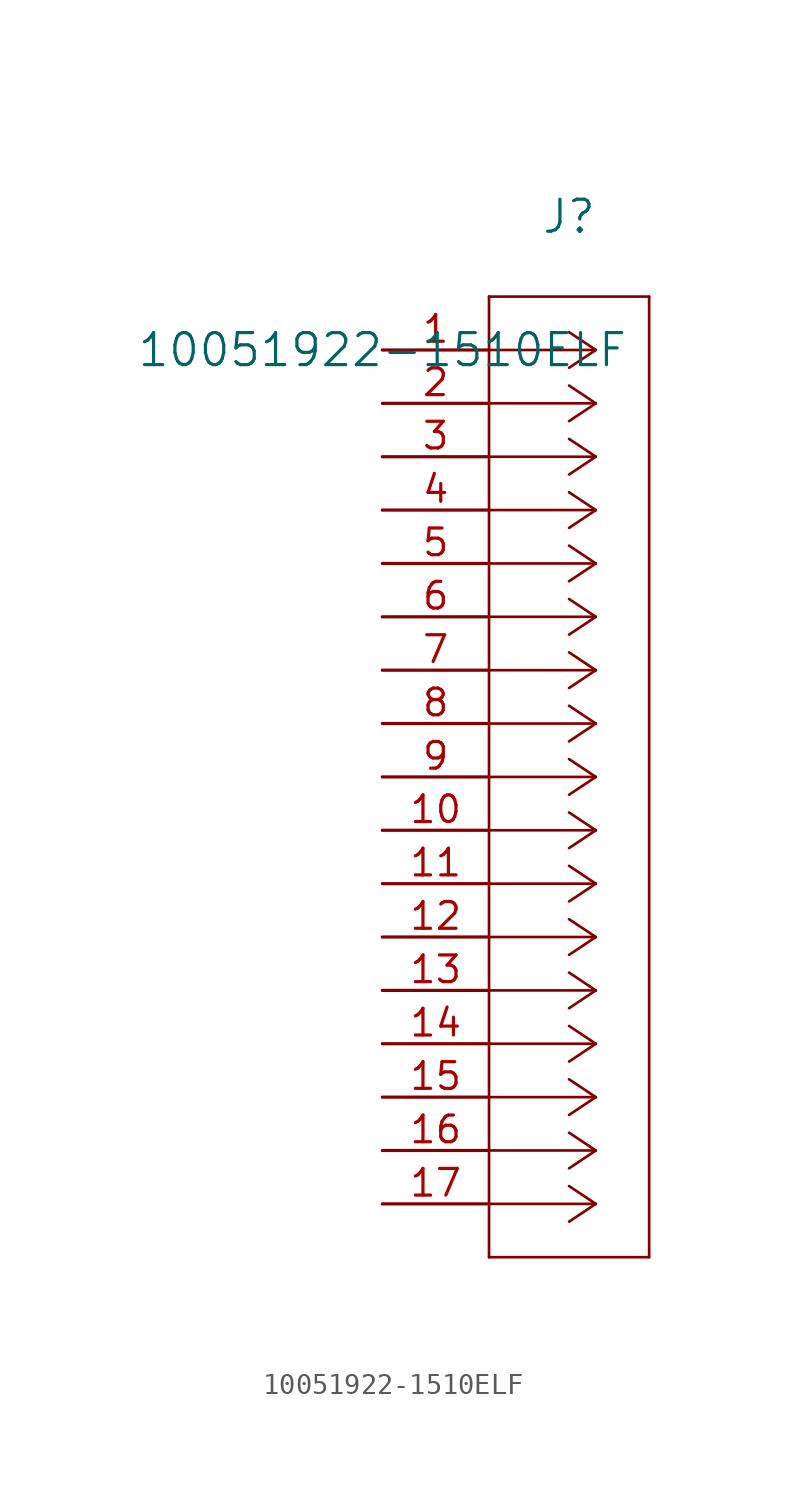
<source format=kicad_sym>
(kicad_symbol_lib
  (version 20211014)
  (generator kicad_symbol_editor)
  (symbol "10051922-1510ELF"
    (pin_names
      (offset 0.254))
    (property "Reference" "J"
      (at 8.89 6.35 0)
      (effects (font (size 1.524 1.524))))
    (property "Value" "10051922-1510ELF"
      (at 0 0 0)
      (effects (font (size 1.524 1.524))))
    (symbol "10051922-1510ELF_0_1"
      (polyline (pts (xy 10.16 0) (xy 5.08 0)) (stroke (width 0.127) (type default) (color 0 0 0 0)) (fill (type none)))
      (polyline (pts (xy 10.16 -2.54) (xy 5.08 -2.54)) (stroke (width 0.127) (type default) (color 0 0 0 0)) (fill (type none)))
      (polyline (pts (xy 10.16 -5.08) (xy 5.08 -5.08)) (stroke (width 0.127) (type default) (color 0 0 0 0)) (fill (type none)))
      (polyline (pts (xy 10.16 -7.62) (xy 5.08 -7.62)) (stroke (width 0.127) (type default) (color 0 0 0 0)) (fill (type none)))
      (polyline (pts (xy 10.16 -10.16) (xy 5.08 -10.16)) (stroke (width 0.127) (type default) (color 0 0 0 0)) (fill (type none)))
      (polyline (pts (xy 10.16 -12.7) (xy 5.08 -12.7)) (stroke (width 0.127) (type default) (color 0 0 0 0)) (fill (type none)))
      (polyline (pts (xy 10.16 -15.24) (xy 5.08 -15.24)) (stroke (width 0.127) (type default) (color 0 0 0 0)) (fill (type none)))
      (polyline (pts (xy 10.16 -17.78) (xy 5.08 -17.78)) (stroke (width 0.127) (type default) (color 0 0 0 0)) (fill (type none)))
      (polyline (pts (xy 10.16 -20.32) (xy 5.08 -20.32)) (stroke (width 0.127) (type default) (color 0 0 0 0)) (fill (type none)))
      (polyline (pts (xy 10.16 -22.86) (xy 5.08 -22.86)) (stroke (width 0.127) (type default) (color 0 0 0 0)) (fill (type none)))
      (polyline (pts (xy 10.16 -25.4) (xy 5.08 -25.4)) (stroke (width 0.127) (type default) (color 0 0 0 0)) (fill (type none)))
      (polyline (pts (xy 10.16 -27.94) (xy 5.08 -27.94)) (stroke (width 0.127) (type default) (color 0 0 0 0)) (fill (type none)))
      (polyline (pts (xy 10.16 -30.48) (xy 5.08 -30.48)) (stroke (width 0.127) (type default) (color 0 0 0 0)) (fill (type none)))
      (polyline (pts (xy 10.16 -33.02) (xy 5.08 -33.02)) (stroke (width 0.127) (type default) (color 0 0 0 0)) (fill (type none)))
      (polyline (pts (xy 10.16 -35.56) (xy 5.08 -35.56)) (stroke (width 0.127) (type default) (color 0 0 0 0)) (fill (type none)))
      (polyline (pts (xy 10.16 -38.1) (xy 5.08 -38.1)) (stroke (width 0.127) (type default) (color 0 0 0 0)) (fill (type none)))
      (polyline (pts (xy 10.16 -40.64) (xy 5.08 -40.64)) (stroke (width 0.127) (type default) (color 0 0 0 0)) (fill (type none)))
      (polyline (pts (xy 10.16 0) (xy 8.89 0.847)) (stroke (width 0.127) (type default) (color 0 0 0 0)) (fill (type none)))
      (polyline (pts (xy 10.16 -2.54) (xy 8.89 -1.693)) (stroke (width 0.127) (type default) (color 0 0 0 0)) (fill (type none)))
      (polyline (pts (xy 10.16 -5.08) (xy 8.89 -4.233)) (stroke (width 0.127) (type default) (color 0 0 0 0)) (fill (type none)))
      (polyline (pts (xy 10.16 -7.62) (xy 8.89 -6.773)) (stroke (width 0.127) (type default) (color 0 0 0 0)) (fill (type none)))
      (polyline (pts (xy 10.16 -10.16) (xy 8.89 -9.313)) (stroke (width 0.127) (type default) (color 0 0 0 0)) (fill (type none)))
      (polyline (pts (xy 10.16 -12.7) (xy 8.89 -11.853)) (stroke (width 0.127) (type default) (color 0 0 0 0)) (fill (type none)))
      (polyline (pts (xy 10.16 -15.24) (xy 8.89 -14.393)) (stroke (width 0.127) (type default) (color 0 0 0 0)) (fill (type none)))
      (polyline (pts (xy 10.16 -17.78) (xy 8.89 -16.933)) (stroke (width 0.127) (type default) (color 0 0 0 0)) (fill (type none)))
      (polyline (pts (xy 10.16 -20.32) (xy 8.89 -19.473)) (stroke (width 0.127) (type default) (color 0 0 0 0)) (fill (type none)))
      (polyline (pts (xy 10.16 -22.86) (xy 8.89 -22.013)) (stroke (width 0.127) (type default) (color 0 0 0 0)) (fill (type none)))
      (polyline (pts (xy 10.16 -25.4) (xy 8.89 -24.553)) (stroke (width 0.127) (type default) (color 0 0 0 0)) (fill (type none)))
      (polyline (pts (xy 10.16 -27.94) (xy 8.89 -27.093)) (stroke (width 0.127) (type default) (color 0 0 0 0)) (fill (type none)))
      (polyline (pts (xy 10.16 -30.48) (xy 8.89 -29.633)) (stroke (width 0.127) (type default) (color 0 0 0 0)) (fill (type none)))
      (polyline (pts (xy 10.16 -33.02) (xy 8.89 -32.173)) (stroke (width 0.127) (type default) (color 0 0 0 0)) (fill (type none)))
      (polyline (pts (xy 10.16 -35.56) (xy 8.89 -34.713)) (stroke (width 0.127) (type default) (color 0 0 0 0)) (fill (type none)))
      (polyline (pts (xy 10.16 -38.1) (xy 8.89 -37.253)) (stroke (width 0.127) (type default) (color 0 0 0 0)) (fill (type none)))
      (polyline (pts (xy 10.16 -40.64) (xy 8.89 -39.793)) (stroke (width 0.127) (type default) (color 0 0 0 0)) (fill (type none)))
      (polyline (pts (xy 10.16 0) (xy 8.89 -0.847)) (stroke (width 0.127) (type default) (color 0 0 0 0)) (fill (type none)))
      (polyline (pts (xy 10.16 -2.54) (xy 8.89 -3.387)) (stroke (width 0.127) (type default) (color 0 0 0 0)) (fill (type none)))
      (polyline (pts (xy 10.16 -5.08) (xy 8.89 -5.927)) (stroke (width 0.127) (type default) (color 0 0 0 0)) (fill (type none)))
      (polyline (pts (xy 10.16 -7.62) (xy 8.89 -8.467)) (stroke (width 0.127) (type default) (color 0 0 0 0)) (fill (type none)))
      (polyline (pts (xy 10.16 -10.16) (xy 8.89 -11.007)) (stroke (width 0.127) (type default) (color 0 0 0 0)) (fill (type none)))
      (polyline (pts (xy 10.16 -12.7) (xy 8.89 -13.547)) (stroke (width 0.127) (type default) (color 0 0 0 0)) (fill (type none)))
      (polyline (pts (xy 10.16 -15.24) (xy 8.89 -16.087)) (stroke (width 0.127) (type default) (color 0 0 0 0)) (fill (type none)))
      (polyline (pts (xy 10.16 -17.78) (xy 8.89 -18.627)) (stroke (width 0.127) (type default) (color 0 0 0 0)) (fill (type none)))
      (polyline (pts (xy 10.16 -20.32) (xy 8.89 -21.167)) (stroke (width 0.127) (type default) (color 0 0 0 0)) (fill (type none)))
      (polyline (pts (xy 10.16 -22.86) (xy 8.89 -23.707)) (stroke (width 0.127) (type default) (color 0 0 0 0)) (fill (type none)))
      (polyline (pts (xy 10.16 -25.4) (xy 8.89 -26.247)) (stroke (width 0.127) (type default) (color 0 0 0 0)) (fill (type none)))
      (polyline (pts (xy 10.16 -27.94) (xy 8.89 -28.787)) (stroke (width 0.127) (type default) (color 0 0 0 0)) (fill (type none)))
      (polyline (pts (xy 10.16 -30.48) (xy 8.89 -31.327)) (stroke (width 0.127) (type default) (color 0 0 0 0)) (fill (type none)))
      (polyline (pts (xy 10.16 -33.02) (xy 8.89 -33.867)) (stroke (width 0.127) (type default) (color 0 0 0 0)) (fill (type none)))
      (polyline (pts (xy 10.16 -35.56) (xy 8.89 -36.407)) (stroke (width 0.127) (type default) (color 0 0 0 0)) (fill (type none)))
      (polyline (pts (xy 10.16 -38.1) (xy 8.89 -38.947)) (stroke (width 0.127) (type default) (color 0 0 0 0)) (fill (type none)))
      (polyline (pts (xy 10.16 -40.64) (xy 8.89 -41.487)) (stroke (width 0.127) (type default) (color 0 0 0 0)) (fill (type none)))
      (polyline (pts (xy 5.08 2.54) (xy 5.08 -43.18)) (stroke (width 0.127) (type default) (color 0 0 0 0)) (fill (type none)))
      (polyline (pts (xy 5.08 -43.18) (xy 12.7 -43.18)) (stroke (width 0.127) (type default) (color 0 0 0 0)) (fill (type none)))
      (polyline (pts (xy 12.7 -43.18) (xy 12.7 2.54)) (stroke (width 0.127) (type default) (color 0 0 0 0)) (fill (type none)))
      (polyline (pts (xy 12.7 2.54) (xy 5.08 2.54)) (stroke (width 0.127) (type default) (color 0 0 0 0)) (fill (type none)))
      (pin unspecified line (at 0 0 0) (length 5.08) (name "" (effects (font (size 1.27 1.27)))) (number "1" (effects (font (size 1.27 1.27)))))
      (pin unspecified line (at 0 -2.54 0) (length 5.08) (name "" (effects (font (size 1.27 1.27)))) (number "2" (effects (font (size 1.27 1.27)))))
      (pin unspecified line (at 0 -5.08 0) (length 5.08) (name "" (effects (font (size 1.27 1.27)))) (number "3" (effects (font (size 1.27 1.27)))))
      (pin unspecified line (at 0 -7.62 0) (length 5.08) (name "" (effects (font (size 1.27 1.27)))) (number "4" (effects (font (size 1.27 1.27)))))
      (pin unspecified line (at 0 -10.16 0) (length 5.08) (name "" (effects (font (size 1.27 1.27)))) (number "5" (effects (font (size 1.27 1.27)))))
      (pin unspecified line (at 0 -12.7 0) (length 5.08) (name "" (effects (font (size 1.27 1.27)))) (number "6" (effects (font (size 1.27 1.27)))))
      (pin unspecified line (at 0 -15.24 0) (length 5.08) (name "" (effects (font (size 1.27 1.27)))) (number "7" (effects (font (size 1.27 1.27)))))
      (pin unspecified line (at 0 -17.78 0) (length 5.08) (name "" (effects (font (size 1.27 1.27)))) (number "8" (effects (font (size 1.27 1.27)))))
      (pin unspecified line (at 0 -20.32 0) (length 5.08) (name "" (effects (font (size 1.27 1.27)))) (number "9" (effects (font (size 1.27 1.27)))))
      (pin unspecified line (at 0 -22.86 0) (length 5.08) (name "" (effects (font (size 1.27 1.27)))) (number "10" (effects (font (size 1.27 1.27)))))
      (pin unspecified line (at 0 -25.4 0) (length 5.08) (name "" (effects (font (size 1.27 1.27)))) (number "11" (effects (font (size 1.27 1.27)))))
      (pin unspecified line (at 0 -27.94 0) (length 5.08) (name "" (effects (font (size 1.27 1.27)))) (number "12" (effects (font (size 1.27 1.27)))))
      (pin unspecified line (at 0 -30.48 0) (length 5.08) (name "" (effects (font (size 1.27 1.27)))) (number "13" (effects (font (size 1.27 1.27)))))
      (pin unspecified line (at 0 -33.02 0) (length 5.08) (name "" (effects (font (size 1.27 1.27)))) (number "14" (effects (font (size 1.27 1.27)))))
      (pin unspecified line (at 0 -35.56 0) (length 5.08) (name "" (effects (font (size 1.27 1.27)))) (number "15" (effects (font (size 1.27 1.27)))))
      (pin unspecified line (at 0 -38.1 0) (length 5.08) (name "" (effects (font (size 1.27 1.27)))) (number "16" (effects (font (size 1.27 1.27)))))
      (pin unspecified line (at 0 -40.64 0) (length 5.08) (name "" (effects (font (size 1.27 1.27)))) (number "17" (effects (font (size 1.27 1.27))))))))
</source>
